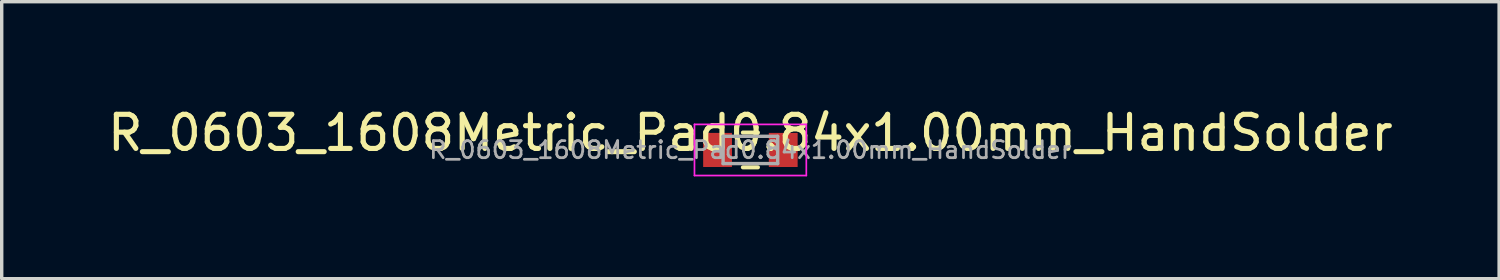
<source format=kicad_pcb>
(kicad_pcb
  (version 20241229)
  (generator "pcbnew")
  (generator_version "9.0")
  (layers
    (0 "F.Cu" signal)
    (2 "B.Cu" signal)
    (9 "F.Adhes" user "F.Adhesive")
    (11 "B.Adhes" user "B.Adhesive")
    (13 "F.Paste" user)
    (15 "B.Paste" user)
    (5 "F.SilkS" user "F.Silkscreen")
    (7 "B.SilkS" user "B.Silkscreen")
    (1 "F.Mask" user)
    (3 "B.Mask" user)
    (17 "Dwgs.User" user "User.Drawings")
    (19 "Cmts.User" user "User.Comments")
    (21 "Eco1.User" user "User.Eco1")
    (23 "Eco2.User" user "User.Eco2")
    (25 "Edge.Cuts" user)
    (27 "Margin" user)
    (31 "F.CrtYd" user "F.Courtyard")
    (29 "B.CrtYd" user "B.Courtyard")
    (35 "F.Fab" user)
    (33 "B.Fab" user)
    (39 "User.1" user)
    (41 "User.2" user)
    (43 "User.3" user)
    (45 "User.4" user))
  (footprint "R_0603_1608Metric_Pad0.84x1.00mm_HandSolder"
    (layer "F.Cu")
    (at 18.958 1.348)
    (property "Reference" "R_0603_1608Metric_Pad0.84x1.00mm_HandSolder" (at 0 -0.5 0) (unlocked yes) (layer "F.SilkS") (effects (font (size 1 1) (thickness 0.15))))
    (fp_line (start -0.22 -0.51) (end 0.22 -0.51) (stroke (width 0.12) (type solid)) (layer "F.SilkS"))
    (fp_line (start -0.22 0.51) (end 0.22 0.51) (stroke (width 0.12) (type solid)) (layer "F.SilkS"))
    (fp_line (start -1.64 -0.75) (end 1.64 -0.75) (stroke (width 0.05) (type solid)) (layer "F.CrtYd"))
    (fp_line (start -1.64 0.75) (end -1.64 -0.75) (stroke (width 0.05) (type solid)) (layer "F.CrtYd"))
    (fp_line (start 1.64 -0.75) (end 1.64 0.75) (stroke (width 0.05) (type solid)) (layer "F.CrtYd"))
    (fp_line (start 1.64 0.75) (end -1.64 0.75) (stroke (width 0.05) (type solid)) (layer "F.CrtYd"))
    (fp_line (start -0.8 -0.4) (end 0.8 -0.4) (stroke (width 0.1) (type solid)) (layer "F.Fab"))
    (fp_line (start -0.8 0.4) (end -0.8 -0.4) (stroke (width 0.1) (type solid)) (layer "F.Fab"))
    (fp_line (start 0.8 -0.4) (end 0.8 0.4) (stroke (width 0.1) (type solid)) (layer "F.Fab"))
    (fp_line (start 0.8 0.4) (end -0.8 0.4) (stroke (width 0.1) (type solid)) (layer "F.Fab"))
    (fp_text user "${REFERENCE}" (at 0 0 0) (layer "F.Fab") (effects (font (size 0.5 0.5) (thickness 0.08))))
    (pad "1" smd rect (at -0.963 0) (size 0.845 1) (layers "F.Cu" "F.Mask" "F.Paste"))
    (pad "2" smd rect (at 0.963 0) (size 0.845 1) (layers "F.Cu" "F.Mask" "F.Paste")))
  (gr_rect
    (start -3 -3)
    (end 40.917 5.123)
    (stroke (width 0.1) (type default))
    (fill no)
    (layer "Edge.Cuts")))
</source>
